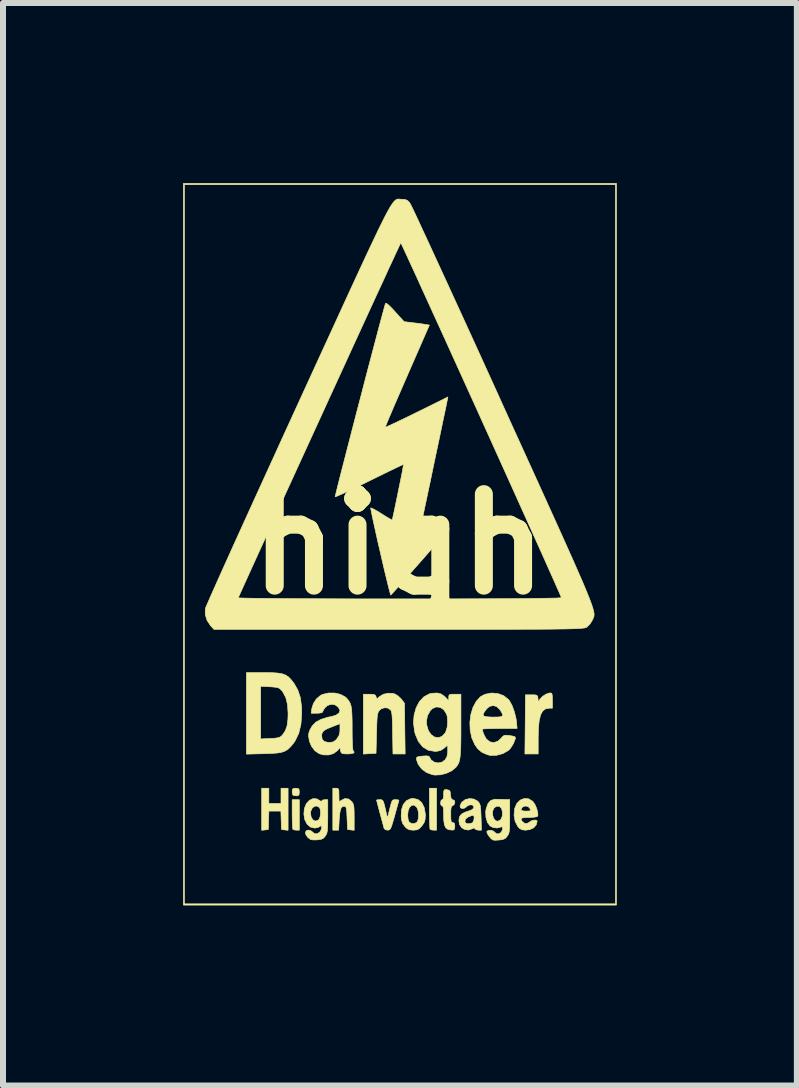
<source format=kicad_pcb>
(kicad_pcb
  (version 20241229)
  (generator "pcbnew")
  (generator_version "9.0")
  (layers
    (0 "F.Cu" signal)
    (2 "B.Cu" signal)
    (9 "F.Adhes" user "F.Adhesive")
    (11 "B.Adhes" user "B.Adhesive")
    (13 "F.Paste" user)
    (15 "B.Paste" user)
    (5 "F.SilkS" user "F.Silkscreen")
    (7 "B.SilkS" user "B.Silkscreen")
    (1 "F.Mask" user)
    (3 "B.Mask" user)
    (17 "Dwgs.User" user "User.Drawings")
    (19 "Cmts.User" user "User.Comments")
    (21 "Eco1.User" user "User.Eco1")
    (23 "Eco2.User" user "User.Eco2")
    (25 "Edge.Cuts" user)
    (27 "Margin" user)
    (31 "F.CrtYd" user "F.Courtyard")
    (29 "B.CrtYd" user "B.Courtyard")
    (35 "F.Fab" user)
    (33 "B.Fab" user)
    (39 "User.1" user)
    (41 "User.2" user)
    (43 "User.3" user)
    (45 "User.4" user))
  (footprint "high"
    (layer "F.Cu")
    (at 3.595 6.016)
    (property "Reference" "high" (at 0 0 0) (layer "F.SilkS") (effects (font (size 1.524 1.524) (thickness 0.3))))
    (attr through_hole)
    (fp_poly (pts (xy -1.659 4.763) (xy -1.707 4.763) (xy -1.746 4.758) (xy -1.767 4.748) (xy -1.771 4.723) (xy -1.775 4.664) (xy -1.777 4.581) (xy -1.778 4.494) (xy -1.778 4.255) (xy -1.659 4.255) (xy -1.659 4.763)) (stroke (width 0.01) (type solid)) (fill yes) (layer "F.SilkS"))
    (fp_poly (pts (xy 0.627 4.763) (xy 0.579 4.763) (xy 0.54 4.758) (xy 0.519 4.748) (xy 0.515 4.723) (xy 0.512 4.664) (xy 0.51 4.577) (xy 0.508 4.47) (xy 0.508 4.399) (xy 0.508 4.064) (xy 0.627 4.064) (xy 0.627 4.763)) (stroke (width 0.01) (type solid)) (fill yes) (layer "F.SilkS"))
    (fp_poly (pts (xy 3.624 6.011) (xy -3.59 6.011) (xy -3.59 -5.99) (xy -3.573 -5.99) (xy -3.573 5.99) (xy 3.607 5.99) (xy 3.607 -5.99) (xy -3.573 -5.99) (xy -3.59 -5.99) (xy -3.59 -6.011) (xy 3.624 -6.011) (xy 3.624 6.011)) (stroke (width 0.01) (type solid)) (fill yes) (layer "F.SilkS"))
    (fp_poly (pts (xy -1.679 4.068) (xy -1.663 4.085) (xy -1.659 4.128) (xy -1.664 4.173) (xy -1.683 4.189) (xy -1.707 4.191) (xy -1.746 4.186) (xy -1.767 4.177) (xy -1.776 4.147) (xy -1.778 4.113) (xy -1.773 4.08) (xy -1.752 4.066) (xy -1.719 4.064) (xy -1.679 4.068)) (stroke (width 0.01) (type solid)) (fill yes) (layer "F.SilkS"))
    (fp_poly (pts (xy -2.167 4.318) (xy -1.964 4.318) (xy -1.964 4.064) (xy -1.846 4.064) (xy -1.846 4.765) (xy -1.901 4.759) (xy -1.956 4.752) (xy -1.961 4.598) (xy -1.966 4.445) (xy -2.166 4.445) (xy -2.171 4.598) (xy -2.176 4.752) (xy -2.231 4.759) (xy -2.286 4.765) (xy -2.286 4.064) (xy -2.167 4.064) (xy -2.167 4.318)) (stroke (width 0.01) (type solid)) (fill yes) (layer "F.SilkS"))
    (fp_poly (pts (xy 2.542 2.481) (xy 2.552 2.501) (xy 2.556 2.546) (xy 2.557 2.603) (xy 2.557 2.731) (xy 2.506 2.731) (xy 2.443 2.742) (xy 2.395 2.778) (xy 2.36 2.842) (xy 2.337 2.938) (xy 2.324 3.068) (xy 2.32 3.228) (xy 2.32 3.493) (xy 2.099 3.493) (xy 2.104 3) (xy 2.108 2.508) (xy 2.21 2.508) (xy 2.266 2.509) (xy 2.297 2.516) (xy 2.311 2.532) (xy 2.316 2.563) (xy 2.317 2.569) (xy 2.322 2.629) (xy 2.349 2.582) (xy 2.389 2.537) (xy 2.447 2.499) (xy 2.506 2.478) (xy 2.523 2.477) (xy 2.542 2.481)) (stroke (width 0.01) (type solid)) (fill yes) (layer "F.SilkS"))
    (fp_poly (pts (xy -1.021 4.066) (xy -1.006 4.079) (xy -1 4.112) (xy -0.999 4.178) (xy -0.999 4.182) (xy -0.998 4.248) (xy -0.995 4.28) (xy -0.984 4.284) (xy -0.963 4.268) (xy -0.961 4.266) (xy -0.9 4.236) (xy -0.837 4.244) (xy -0.787 4.285) (xy -0.768 4.312) (xy -0.756 4.342) (xy -0.749 4.384) (xy -0.746 4.448) (xy -0.745 4.545) (xy -0.745 4.551) (xy -0.745 4.765) (xy -0.8 4.759) (xy -0.855 4.752) (xy -0.864 4.561) (xy -0.868 4.47) (xy -0.874 4.413) (xy -0.882 4.382) (xy -0.895 4.368) (xy -0.907 4.365) (xy -0.941 4.369) (xy -0.966 4.4) (xy -0.982 4.462) (xy -0.993 4.56) (xy -0.995 4.592) (xy -1.004 4.763) (xy -1.101 4.763) (xy -1.101 4.064) (xy -1.05 4.064) (xy -1.021 4.066)) (stroke (width 0.01) (type solid)) (fill yes) (layer "F.SilkS"))
    (fp_poly (pts (xy -0.019 4.257) (xy -0.000343 4.263) (xy 0 4.264) (xy -0.005 4.286) (xy -0.02 4.34) (xy -0.042 4.418) (xy -0.068 4.512) (xy -0.069 4.518) (xy -0.099 4.62) (xy -0.12 4.689) (xy -0.137 4.731) (xy -0.153 4.753) (xy -0.17 4.761) (xy -0.189 4.763) (xy -0.227 4.754) (xy -0.246 4.736) (xy -0.256 4.7) (xy -0.273 4.637) (xy -0.294 4.559) (xy -0.317 4.474) (xy -0.339 4.392) (xy -0.357 4.322) (xy -0.369 4.276) (xy -0.373 4.261) (xy -0.358 4.257) (xy -0.322 4.255) (xy -0.317 4.255) (xy -0.289 4.256) (xy -0.27 4.268) (xy -0.255 4.297) (xy -0.239 4.353) (xy -0.226 4.408) (xy -0.191 4.561) (xy -0.153 4.408) (xy -0.133 4.33) (xy -0.118 4.284) (xy -0.102 4.262) (xy -0.079 4.255) (xy -0.058 4.255) (xy -0.019 4.257)) (stroke (width 0.01) (type solid)) (fill yes) (layer "F.SilkS"))
    (fp_poly (pts (xy 0.317 4.252) (xy 0.38 4.304) (xy 0.421 4.386) (xy 0.44 4.494) (xy 0.44 4.52) (xy 0.436 4.589) (xy 0.419 4.639) (xy 0.383 4.691) (xy 0.342 4.735) (xy 0.304 4.756) (xy 0.253 4.762) (xy 0.239 4.763) (xy 0.179 4.757) (xy 0.136 4.737) (xy 0.1 4.703) (xy 0.064 4.654) (xy 0.045 4.597) (xy 0.038 4.537) (xy 0.039 4.512) (xy 0.146 4.512) (xy 0.153 4.583) (xy 0.169 4.625) (xy 0.206 4.651) (xy 0.254 4.654) (xy 0.296 4.634) (xy 0.307 4.622) (xy 0.325 4.566) (xy 0.328 4.493) (xy 0.316 4.422) (xy 0.298 4.383) (xy 0.255 4.345) (xy 0.212 4.349) (xy 0.177 4.383) (xy 0.154 4.439) (xy 0.146 4.512) (xy 0.039 4.512) (xy 0.043 4.425) (xy 0.073 4.334) (xy 0.127 4.27) (xy 0.2 4.237) (xy 0.237 4.233) (xy 0.317 4.252)) (stroke (width 0.01) (type solid)) (fill yes) (layer "F.SilkS"))
    (fp_poly (pts (xy -0.098 2.485) (xy -0.064 2.496) (xy -0.013 2.528) (xy 0.037 2.575) (xy 0.044 2.584) (xy 0.093 2.649) (xy 0.098 3.071) (xy 0.104 3.493) (xy -0.099 3.493) (xy -0.105 3.144) (xy -0.107 3.011) (xy -0.11 2.914) (xy -0.115 2.847) (xy -0.121 2.802) (xy -0.13 2.774) (xy -0.139 2.759) (xy -0.186 2.728) (xy -0.244 2.724) (xy -0.3 2.745) (xy -0.326 2.769) (xy -0.341 2.79) (xy -0.351 2.815) (xy -0.359 2.852) (xy -0.364 2.909) (xy -0.368 2.991) (xy -0.371 3.106) (xy -0.373 3.149) (xy -0.381 3.482) (xy -0.487 3.488) (xy -0.593 3.495) (xy -0.593 2.498) (xy -0.492 2.498) (xy -0.434 2.5) (xy -0.402 2.508) (xy -0.386 2.526) (xy -0.381 2.54) (xy -0.372 2.566) (xy -0.359 2.568) (xy -0.332 2.546) (xy -0.322 2.537) (xy -0.259 2.499) (xy -0.179 2.481) (xy -0.098 2.485)) (stroke (width 0.01) (type solid)) (fill yes) (layer "F.SilkS"))
    (fp_poly (pts (xy 0.8 4.089) (xy 0.837 4.098) (xy 0.854 4.121) (xy 0.86 4.173) (xy 0.86 4.175) (xy 0.868 4.229) (xy 0.884 4.252) (xy 0.898 4.255) (xy 0.925 4.269) (xy 0.932 4.302) (xy 0.92 4.337) (xy 0.897 4.354) (xy 0.879 4.366) (xy 0.869 4.392) (xy 0.864 4.442) (xy 0.864 4.5) (xy 0.865 4.574) (xy 0.87 4.615) (xy 0.881 4.632) (xy 0.897 4.636) (xy 0.922 4.645) (xy 0.931 4.683) (xy 0.931 4.699) (xy 0.927 4.744) (xy 0.908 4.76) (xy 0.885 4.761) (xy 0.84 4.756) (xy 0.813 4.748) (xy 0.779 4.721) (xy 0.758 4.674) (xy 0.747 4.598) (xy 0.745 4.515) (xy 0.744 4.433) (xy 0.739 4.385) (xy 0.729 4.363) (xy 0.72 4.36) (xy 0.699 4.342) (xy 0.694 4.307) (xy 0.703 4.265) (xy 0.72 4.255) (xy 0.737 4.241) (xy 0.745 4.195) (xy 0.745 4.168) (xy 0.747 4.114) (xy 0.757 4.091) (xy 0.782 4.087) (xy 0.8 4.089)) (stroke (width 0.01) (type solid)) (fill yes) (layer "F.SilkS"))
    (fp_poly (pts (xy -2.123 2.139) (xy -2.025 2.145) (xy -1.949 2.157) (xy -1.89 2.178) (xy -1.841 2.209) (xy -1.797 2.254) (xy -1.751 2.313) (xy -1.745 2.321) (xy -1.683 2.431) (xy -1.642 2.555) (xy -1.622 2.702) (xy -1.619 2.815) (xy -1.632 2.996) (xy -1.668 3.149) (xy -1.73 3.277) (xy -1.758 3.317) (xy -1.804 3.372) (xy -1.847 3.414) (xy -1.893 3.443) (xy -1.949 3.464) (xy -2.021 3.477) (xy -2.114 3.484) (xy -2.234 3.489) (xy -2.248 3.489) (xy -2.54 3.496) (xy -2.54 3.243) (xy -2.303 3.243) (xy -2.143 3.235) (xy -2.066 3.231) (xy -2.015 3.223) (xy -1.98 3.211) (xy -1.954 3.192) (xy -1.938 3.175) (xy -1.892 3.107) (xy -1.863 3.024) (xy -1.849 2.918) (xy -1.846 2.821) (xy -1.855 2.674) (xy -1.883 2.558) (xy -1.931 2.465) (xy -1.955 2.434) (xy -1.981 2.408) (xy -2.011 2.391) (xy -2.054 2.382) (xy -2.118 2.376) (xy -2.152 2.374) (xy -2.303 2.366) (xy -2.303 3.243) (xy -2.54 3.243) (xy -2.54 2.138) (xy -2.249 2.138) (xy -2.123 2.139)) (stroke (width 0.01) (type solid)) (fill yes) (layer "F.SilkS"))
    (fp_poly (pts (xy 1.25 4.245) (xy 1.313 4.28) (xy 1.328 4.297) (xy 1.345 4.323) (xy 1.356 4.36) (xy 1.363 4.416) (xy 1.367 4.5) (xy 1.369 4.551) (xy 1.375 4.763) (xy 1.324 4.763) (xy 1.286 4.755) (xy 1.266 4.738) (xy 1.253 4.725) (xy 1.224 4.738) (xy 1.156 4.761) (xy 1.087 4.748) (xy 1.044 4.719) (xy 1.008 4.666) (xy 1.002 4.619) (xy 1.1 4.619) (xy 1.112 4.643) (xy 1.141 4.655) (xy 1.184 4.654) (xy 1.222 4.641) (xy 1.233 4.631) (xy 1.249 4.591) (xy 1.253 4.557) (xy 1.249 4.523) (xy 1.229 4.516) (xy 1.207 4.522) (xy 1.143 4.549) (xy 1.106 4.582) (xy 1.1 4.619) (xy 1.002 4.619) (xy 0.999 4.603) (xy 1.008 4.543) (xy 1.039 4.498) (xy 1.097 4.465) (xy 1.149 4.448) (xy 1.215 4.423) (xy 1.246 4.395) (xy 1.246 4.362) (xy 1.218 4.342) (xy 1.178 4.342) (xy 1.138 4.361) (xy 1.128 4.371) (xy 1.092 4.396) (xy 1.06 4.403) (xy 1.025 4.391) (xy 1.018 4.359) (xy 1.038 4.313) (xy 1.049 4.297) (xy 1.106 4.253) (xy 1.178 4.236) (xy 1.25 4.245)) (stroke (width 0.01) (type solid)) (fill yes) (layer "F.SilkS"))
    (fp_poly (pts (xy 2.159 4.24) (xy 2.226 4.28) (xy 2.234 4.288) (xy 2.267 4.337) (xy 2.295 4.401) (xy 2.312 4.466) (xy 2.315 4.517) (xy 2.311 4.53) (xy 2.291 4.54) (xy 2.245 4.547) (xy 2.183 4.551) (xy 2.166 4.551) (xy 2.093 4.553) (xy 2.05 4.561) (xy 2.035 4.577) (xy 2.044 4.603) (xy 2.059 4.623) (xy 2.103 4.654) (xy 2.153 4.644) (xy 2.177 4.626) (xy 2.211 4.605) (xy 2.251 4.595) (xy 2.286 4.596) (xy 2.303 4.61) (xy 2.303 4.613) (xy 2.287 4.675) (xy 2.244 4.724) (xy 2.178 4.754) (xy 2.108 4.763) (xy 2.05 4.756) (xy 2.009 4.733) (xy 1.981 4.702) (xy 1.936 4.617) (xy 1.918 4.514) (xy 1.927 4.417) (xy 2.034 4.417) (xy 2.043 4.435) (xy 2.081 4.444) (xy 2.117 4.445) (xy 2.167 4.444) (xy 2.189 4.437) (xy 2.191 4.421) (xy 2.184 4.403) (xy 2.154 4.371) (xy 2.109 4.36) (xy 2.066 4.373) (xy 2.052 4.386) (xy 2.034 4.417) (xy 1.927 4.417) (xy 1.928 4.402) (xy 1.929 4.4) (xy 1.964 4.318) (xy 2.02 4.262) (xy 2.088 4.235) (xy 2.159 4.24)) (stroke (width 0.01) (type solid)) (fill yes) (layer "F.SilkS"))
    (fp_poly (pts (xy 1.691 4.25) (xy 1.76 4.251) (xy 1.774 4.252) (xy 1.846 4.253) (xy 1.846 4.528) (xy 1.845 4.641) (xy 1.844 4.721) (xy 1.839 4.775) (xy 1.832 4.811) (xy 1.82 4.839) (xy 1.806 4.86) (xy 1.777 4.895) (xy 1.742 4.914) (xy 1.688 4.925) (xy 1.663 4.927) (xy 1.604 4.931) (xy 1.566 4.926) (xy 1.538 4.907) (xy 1.507 4.871) (xy 1.477 4.827) (xy 1.464 4.792) (xy 1.465 4.784) (xy 1.49 4.766) (xy 1.532 4.764) (xy 1.572 4.777) (xy 1.592 4.794) (xy 1.629 4.824) (xy 1.672 4.822) (xy 1.708 4.794) (xy 1.727 4.745) (xy 1.727 4.735) (xy 1.721 4.706) (xy 1.698 4.711) (xy 1.637 4.727) (xy 1.569 4.719) (xy 1.518 4.692) (xy 1.475 4.634) (xy 1.45 4.551) (xy 1.448 4.509) (xy 1.56 4.509) (xy 1.578 4.566) (xy 1.611 4.605) (xy 1.643 4.614) (xy 1.68 4.6) (xy 1.701 4.581) (xy 1.723 4.526) (xy 1.724 4.456) (xy 1.71 4.401) (xy 1.679 4.368) (xy 1.635 4.363) (xy 1.593 4.385) (xy 1.584 4.394) (xy 1.561 4.447) (xy 1.56 4.509) (xy 1.448 4.509) (xy 1.445 4.458) (xy 1.453 4.406) (xy 1.484 4.319) (xy 1.53 4.268) (xy 1.595 4.248) (xy 1.623 4.248) (xy 1.691 4.25)) (stroke (width 0.01) (type solid)) (fill yes) (layer "F.SilkS"))
    (fp_poly (pts (xy -1.369 4.241) (xy -1.325 4.266) (xy -1.297 4.283) (xy -1.287 4.277) (xy -1.272 4.261) (xy -1.237 4.255) (xy -1.236 4.255) (xy -1.185 4.255) (xy -1.185 4.528) (xy -1.186 4.642) (xy -1.188 4.721) (xy -1.192 4.775) (xy -1.2 4.812) (xy -1.212 4.839) (xy -1.225 4.86) (xy -1.256 4.896) (xy -1.295 4.915) (xy -1.355 4.924) (xy -1.356 4.924) (xy -1.412 4.926) (xy -1.457 4.922) (xy -1.473 4.918) (xy -1.52 4.882) (xy -1.551 4.834) (xy -1.558 4.802) (xy -1.544 4.773) (xy -1.512 4.762) (xy -1.473 4.768) (xy -1.441 4.792) (xy -1.439 4.794) (xy -1.402 4.823) (xy -1.357 4.821) (xy -1.317 4.794) (xy -1.291 4.747) (xy -1.287 4.716) (xy -1.291 4.687) (xy -1.307 4.694) (xy -1.312 4.699) (xy -1.345 4.717) (xy -1.394 4.727) (xy -1.405 4.728) (xy -1.474 4.711) (xy -1.53 4.662) (xy -1.568 4.588) (xy -1.583 4.496) (xy -1.582 4.482) (xy -1.473 4.482) (xy -1.461 4.548) (xy -1.43 4.593) (xy -1.389 4.611) (xy -1.346 4.597) (xy -1.33 4.581) (xy -1.311 4.534) (xy -1.305 4.47) (xy -1.312 4.411) (xy -1.324 4.386) (xy -1.365 4.36) (xy -1.409 4.366) (xy -1.448 4.4) (xy -1.47 4.453) (xy -1.473 4.482) (xy -1.582 4.482) (xy -1.575 4.403) (xy -1.543 4.323) (xy -1.493 4.267) (xy -1.432 4.238) (xy -1.369 4.241)) (stroke (width 0.01) (type solid)) (fill yes) (layer "F.SilkS"))
    (fp_poly (pts (xy 1.649 2.487) (xy 1.746 2.523) (xy 1.824 2.586) (xy 1.841 2.606) (xy 1.885 2.686) (xy 1.923 2.79) (xy 1.951 2.903) (xy 1.959 2.963) (xy 1.969 3.069) (xy 1.679 3.069) (xy 1.584 3.07) (xy 1.502 3.072) (xy 1.439 3.074) (xy 1.399 3.077) (xy 1.389 3.08) (xy 1.394 3.106) (xy 1.409 3.153) (xy 1.412 3.162) (xy 1.454 3.242) (xy 1.512 3.29) (xy 1.578 3.304) (xy 1.646 3.283) (xy 1.697 3.238) (xy 1.728 3.202) (xy 1.755 3.184) (xy 1.791 3.181) (xy 1.848 3.188) (xy 1.903 3.197) (xy 1.932 3.207) (xy 1.941 3.224) (xy 1.937 3.247) (xy 1.906 3.324) (xy 1.859 3.398) (xy 1.825 3.434) (xy 1.735 3.486) (xy 1.63 3.515) (xy 1.525 3.518) (xy 1.471 3.505) (xy 1.38 3.464) (xy 1.312 3.406) (xy 1.265 3.339) (xy 1.214 3.225) (xy 1.187 3.098) (xy 1.182 2.966) (xy 1.198 2.838) (xy 1.403 2.838) (xy 1.415 2.861) (xy 1.455 2.873) (xy 1.525 2.878) (xy 1.566 2.879) (xy 1.642 2.878) (xy 1.691 2.874) (xy 1.717 2.866) (xy 1.726 2.852) (xy 1.727 2.845) (xy 1.716 2.81) (xy 1.688 2.763) (xy 1.678 2.75) (xy 1.628 2.703) (xy 1.573 2.688) (xy 1.566 2.688) (xy 1.51 2.701) (xy 1.46 2.743) (xy 1.455 2.75) (xy 1.418 2.802) (xy 1.403 2.838) (xy 1.198 2.838) (xy 1.198 2.837) (xy 1.234 2.718) (xy 1.288 2.617) (xy 1.358 2.54) (xy 1.431 2.5) (xy 1.541 2.478) (xy 1.649 2.487)) (stroke (width 0.01) (type solid)) (fill yes) (layer "F.SilkS"))
    (fp_poly (pts (xy -1.071 2.478) (xy -0.976 2.5) (xy -0.897 2.541) (xy -0.866 2.569) (xy -0.836 2.607) (xy -0.813 2.647) (xy -0.797 2.695) (xy -0.787 2.759) (xy -0.782 2.846) (xy -0.779 2.963) (xy -0.779 3.077) (xy -0.778 3.21) (xy -0.775 3.316) (xy -0.771 3.393) (xy -0.765 3.434) (xy -0.762 3.44) (xy -0.744 3.463) (xy -0.758 3.48) (xy -0.803 3.49) (xy -0.853 3.493) (xy -0.912 3.491) (xy -0.946 3.485) (xy -0.963 3.47) (xy -0.972 3.442) (xy -0.972 3.441) (xy -0.982 3.389) (xy -1.025 3.438) (xy -1.089 3.486) (xy -1.171 3.51) (xy -1.261 3.508) (xy -1.329 3.488) (xy -1.399 3.44) (xy -1.455 3.367) (xy -1.492 3.279) (xy -1.504 3.198) (xy -1.287 3.198) (xy -1.277 3.252) (xy -1.243 3.286) (xy -1.183 3.3) (xy -1.154 3.301) (xy -1.098 3.294) (xy -1.055 3.266) (xy -1.032 3.24) (xy -0.998 3.187) (xy -0.984 3.13) (xy -0.982 3.084) (xy -0.982 2.989) (xy -1.111 3.039) (xy -1.19 3.071) (xy -1.241 3.099) (xy -1.271 3.127) (xy -1.284 3.161) (xy -1.287 3.198) (xy -1.504 3.198) (xy -1.505 3.189) (xy -1.501 3.146) (xy -1.483 3.095) (xy -1.451 3.037) (xy -1.439 3.02) (xy -1.383 2.963) (xy -1.299 2.917) (xy -1.186 2.882) (xy -1.113 2.867) (xy -1.046 2.846) (xy -1 2.814) (xy -0.982 2.774) (xy -0.982 2.771) (xy -0.993 2.743) (xy -1.016 2.709) (xy -1.066 2.674) (xy -1.128 2.666) (xy -1.19 2.686) (xy -1.228 2.719) (xy -1.257 2.76) (xy -1.27 2.791) (xy -1.27 2.793) (xy -1.286 2.806) (xy -1.327 2.813) (xy -1.365 2.815) (xy -1.461 2.815) (xy -1.451 2.738) (xy -1.424 2.653) (xy -1.374 2.576) (xy -1.307 2.519) (xy -1.271 2.501) (xy -1.173 2.478) (xy -1.071 2.478)) (stroke (width 0.01) (type solid)) (fill yes) (layer "F.SilkS"))
    (fp_poly (pts (xy 0.702 2.494) (xy 0.757 2.532) (xy 0.778 2.552) (xy 0.83 2.607) (xy 0.83 2.552) (xy 0.832 2.522) (xy 0.843 2.506) (xy 0.871 2.499) (xy 0.925 2.498) (xy 0.931 2.498) (xy 1.033 2.498) (xy 1.033 3.017) (xy 1.033 3.194) (xy 1.031 3.335) (xy 1.027 3.444) (xy 1.021 3.527) (xy 1.012 3.589) (xy 0.999 3.636) (xy 0.981 3.673) (xy 0.958 3.705) (xy 0.946 3.719) (xy 0.88 3.773) (xy 0.792 3.815) (xy 0.696 3.84) (xy 0.601 3.845) (xy 0.559 3.839) (xy 0.46 3.802) (xy 0.38 3.743) (xy 0.322 3.668) (xy 0.296 3.596) (xy 0.292 3.566) (xy 0.299 3.548) (xy 0.323 3.538) (xy 0.373 3.531) (xy 0.392 3.529) (xy 0.459 3.525) (xy 0.498 3.531) (xy 0.506 3.539) (xy 0.538 3.595) (xy 0.59 3.63) (xy 0.653 3.643) (xy 0.716 3.631) (xy 0.769 3.592) (xy 0.771 3.589) (xy 0.8 3.539) (xy 0.812 3.475) (xy 0.813 3.441) (xy 0.813 3.346) (xy 0.751 3.398) (xy 0.696 3.434) (xy 0.633 3.449) (xy 0.598 3.45) (xy 0.49 3.432) (xy 0.399 3.377) (xy 0.326 3.288) (xy 0.273 3.165) (xy 0.261 3.117) (xy 0.243 2.979) (xy 0.245 2.947) (xy 0.459 2.947) (xy 0.464 3.014) (xy 0.491 3.105) (xy 0.536 3.171) (xy 0.593 3.211) (xy 0.655 3.222) (xy 0.715 3.202) (xy 0.767 3.149) (xy 0.78 3.125) (xy 0.804 3.048) (xy 0.812 2.956) (xy 0.805 2.869) (xy 0.794 2.83) (xy 0.748 2.757) (xy 0.688 2.717) (xy 0.621 2.71) (xy 0.557 2.738) (xy 0.524 2.77) (xy 0.476 2.854) (xy 0.459 2.947) (xy 0.245 2.947) (xy 0.253 2.845) (xy 0.287 2.724) (xy 0.342 2.62) (xy 0.417 2.541) (xy 0.507 2.492) (xy 0.557 2.482) (xy 0.639 2.478) (xy 0.702 2.494)) (stroke (width 0.01) (type solid)) (fill yes) (layer "F.SilkS"))
    (fp_poly (pts (xy -0.206 -4.012) (xy -0.167 -3.981) (xy -0.11 -3.924) (xy -0.063 -3.873) (xy 0.086 -3.708) (xy 0.216 -3.692) (xy 0.293 -3.683) (xy 0.369 -3.673) (xy 0.428 -3.664) (xy 0.428 -3.664) (xy 0.508 -3.651) (xy 0.138 -2.805) (xy 0.062 -2.631) (xy -0.008 -2.469) (xy -0.072 -2.323) (xy -0.126 -2.195) (xy -0.171 -2.09) (xy -0.203 -2.012) (xy -0.223 -1.964) (xy -0.227 -1.95) (xy -0.21 -1.955) (xy -0.163 -1.976) (xy -0.087 -2.011) (xy 0.015 -2.06) (xy 0.143 -2.121) (xy 0.295 -2.196) (xy 0.469 -2.281) (xy 0.664 -2.378) (xy 0.675 -2.383) (xy 0.816 -2.454) (xy 0.805 -2.396) (xy 0.798 -2.362) (xy 0.784 -2.292) (xy 0.763 -2.192) (xy 0.736 -2.067) (xy 0.706 -1.921) (xy 0.672 -1.758) (xy 0.635 -1.585) (xy 0.597 -1.405) (xy 0.559 -1.223) (xy 0.522 -1.045) (xy 0.486 -0.875) (xy 0.453 -0.718) (xy 0.423 -0.578) (xy 0.399 -0.461) (xy 0.38 -0.371) (xy 0.367 -0.313) (xy 0.363 -0.293) (xy 0.363 -0.275) (xy 0.374 -0.261) (xy 0.403 -0.25) (xy 0.452 -0.24) (xy 0.526 -0.231) (xy 0.629 -0.221) (xy 0.631 -0.22) (xy 0.697 -0.213) (xy 0.747 -0.204) (xy 0.773 -0.195) (xy 0.775 -0.192) (xy 0.762 -0.174) (xy 0.727 -0.132) (xy 0.674 -0.07) (xy 0.606 0.009) (xy 0.527 0.1) (xy 0.44 0.2) (xy 0.348 0.305) (xy 0.255 0.41) (xy 0.165 0.512) (xy 0.081 0.608) (xy 0.005 0.692) (xy -0.057 0.762) (xy -0.104 0.813) (xy -0.131 0.842) (xy -0.137 0.846) (xy -0.143 0.827) (xy -0.158 0.771) (xy -0.18 0.684) (xy -0.208 0.57) (xy -0.241 0.433) (xy -0.277 0.279) (xy -0.312 0.126) (xy -0.351 -0.041) (xy -0.385 -0.195) (xy -0.415 -0.331) (xy -0.44 -0.445) (xy -0.457 -0.532) (xy -0.468 -0.587) (xy -0.469 -0.606) (xy -0.452 -0.601) (xy -0.41 -0.58) (xy -0.351 -0.547) (xy -0.288 -0.507) (xy -0.22 -0.464) (xy -0.164 -0.431) (xy -0.126 -0.41) (xy -0.112 -0.405) (xy -0.106 -0.428) (xy -0.093 -0.485) (xy -0.075 -0.568) (xy -0.054 -0.67) (xy -0.03 -0.784) (xy -0.006 -0.903) (xy 0.018 -1.02) (xy 0.04 -1.128) (xy 0.058 -1.219) (xy 0.07 -1.287) (xy 0.077 -1.324) (xy 0.077 -1.329) (xy 0.061 -1.323) (xy 0.016 -1.303) (xy -0.052 -1.271) (xy -0.141 -1.228) (xy -0.248 -1.176) (xy -0.368 -1.117) (xy -0.49 -1.057) (xy -0.62 -0.993) (xy -0.74 -0.935) (xy -0.846 -0.885) (xy -0.935 -0.843) (xy -1.003 -0.813) (xy -1.046 -0.795) (xy -1.062 -0.791) (xy -1.058 -0.812) (xy -1.044 -0.869) (xy -1.022 -0.96) (xy -0.992 -1.079) (xy -0.955 -1.224) (xy -0.912 -1.391) (xy -0.865 -1.575) (xy -0.813 -1.775) (xy -0.759 -1.985) (xy -0.703 -2.202) (xy -0.645 -2.422) (xy -0.588 -2.642) (xy -0.532 -2.858) (xy -0.477 -3.067) (xy -0.425 -3.264) (xy -0.377 -3.445) (xy -0.334 -3.609) (xy -0.296 -3.749) (xy -0.265 -3.864) (xy -0.242 -3.949) (xy -0.227 -4) (xy -0.223 -4.014) (xy -0.206 -4.012)) (stroke (width 0.01) (type solid)) (fill yes) (layer "F.SilkS"))
    (fp_poly (pts (xy 0.003 -5.75) (xy 0.02 -5.748) (xy 0.039 -5.747) (xy 0.046 -5.747) (xy 0.103 -5.743) (xy 0.142 -5.727) (xy 0.176 -5.693) (xy 0.183 -5.683) (xy 0.197 -5.658) (xy 0.226 -5.599) (xy 0.27 -5.506) (xy 0.328 -5.382) (xy 0.399 -5.228) (xy 0.483 -5.048) (xy 0.578 -4.841) (xy 0.684 -4.611) (xy 0.8 -4.359) (xy 0.924 -4.088) (xy 1.057 -3.798) (xy 1.197 -3.492) (xy 1.343 -3.172) (xy 1.494 -2.84) (xy 1.65 -2.497) (xy 1.741 -2.295) (xy 1.93 -1.879) (xy 2.103 -1.499) (xy 2.261 -1.152) (xy 2.404 -0.837) (xy 2.533 -0.552) (xy 2.649 -0.296) (xy 2.752 -0.067) (xy 2.843 0.136) (xy 2.923 0.316) (xy 2.992 0.473) (xy 3.052 0.61) (xy 3.102 0.728) (xy 3.143 0.828) (xy 3.177 0.913) (xy 3.203 0.983) (xy 3.223 1.041) (xy 3.237 1.089) (xy 3.246 1.127) (xy 3.251 1.157) (xy 3.251 1.181) (xy 3.249 1.201) (xy 3.243 1.219) (xy 3.236 1.235) (xy 3.228 1.251) (xy 3.22 1.269) (xy 3.183 1.329) (xy 3.135 1.377) (xy 3.132 1.379) (xy 3.123 1.384) (xy 3.113 1.389) (xy 3.099 1.393) (xy 3.079 1.396) (xy 3.052 1.399) (xy 3.017 1.402) (xy 2.973 1.405) (xy 2.917 1.407) (xy 2.848 1.409) (xy 2.766 1.411) (xy 2.667 1.412) (xy 2.552 1.414) (xy 2.417 1.415) (xy 2.263 1.416) (xy 2.087 1.416) (xy 1.888 1.417) (xy 1.665 1.417) (xy 1.415 1.418) (xy 1.138 1.418) (xy 0.833 1.418) (xy 0.496 1.418) (xy 0.128 1.418) (xy -0.003 1.418) (xy -3.081 1.418) (xy -3.14 1.354) (xy -3.196 1.268) (xy -3.226 1.171) (xy -3.225 1.074) (xy -3.216 1.049) (xy -3.19 0.989) (xy -3.149 0.896) (xy -3.148 0.892) (xy -2.675 0.892) (xy -2.659 0.894) (xy -2.61 0.896) (xy -2.53 0.898) (xy -2.422 0.9) (xy -2.285 0.901) (xy -2.123 0.903) (xy -1.937 0.905) (xy -1.728 0.906) (xy -1.497 0.907) (xy -1.247 0.908) (xy -0.98 0.909) (xy -0.695 0.91) (xy -0.396 0.91) (xy -0.084 0.91) (xy 0.018 0.91) (xy 0.398 0.91) (xy 0.75 0.91) (xy 1.076 0.909) (xy 1.373 0.908) (xy 1.643 0.907) (xy 1.883 0.906) (xy 2.094 0.904) (xy 2.275 0.902) (xy 2.425 0.9) (xy 2.544 0.898) (xy 2.631 0.896) (xy 2.685 0.893) (xy 2.706 0.89) (xy 2.707 0.89) (xy 2.696 0.864) (xy 2.671 0.805) (xy 2.63 0.714) (xy 2.577 0.593) (xy 2.511 0.446) (xy 2.435 0.275) (xy 2.348 0.081) (xy 2.252 -0.132) (xy 2.148 -0.363) (xy 2.037 -0.609) (xy 1.921 -0.867) (xy 1.8 -1.135) (xy 1.675 -1.412) (xy 1.548 -1.693) (xy 1.419 -1.978) (xy 1.29 -2.264) (xy 1.161 -2.548) (xy 1.034 -2.828) (xy 0.91 -3.101) (xy 0.79 -3.366) (xy 0.675 -3.619) (xy 0.565 -3.859) (xy 0.463 -4.083) (xy 0.369 -4.289) (xy 0.285 -4.475) (xy 0.21 -4.637) (xy 0.147 -4.774) (xy 0.097 -4.883) (xy 0.06 -4.962) (xy 0.038 -5.008) (xy 0.031 -5.021) (xy 0.021 -5) (xy -0.005 -4.945) (xy -0.046 -4.858) (xy -0.099 -4.742) (xy -0.166 -4.599) (xy -0.243 -4.43) (xy -0.331 -4.24) (xy -0.428 -4.029) (xy -0.533 -3.801) (xy -0.645 -3.557) (xy -0.763 -3.3) (xy -0.885 -3.033) (xy -1.011 -2.758) (xy -1.14 -2.477) (xy -1.27 -2.192) (xy -1.401 -1.906) (xy -1.531 -1.622) (xy -1.66 -1.341) (xy -1.785 -1.067) (xy -1.907 -0.801) (xy -2.023 -0.545) (xy -2.134 -0.303) (xy -2.237 -0.076) (xy -2.332 0.132) (xy -2.418 0.321) (xy -2.493 0.486) (xy -2.557 0.627) (xy -2.608 0.74) (xy -2.646 0.824) (xy -2.669 0.875) (xy -2.675 0.892) (xy -3.148 0.892) (xy -3.094 0.771) (xy -3.026 0.618) (xy -2.945 0.437) (xy -2.852 0.231) (xy -2.748 0.001) (xy -2.634 -0.25) (xy -2.511 -0.521) (xy -2.379 -0.811) (xy -2.24 -1.116) (xy -2.094 -1.435) (xy -1.943 -1.767) (xy -1.786 -2.11) (xy -1.688 -2.324) (xy -1.497 -2.741) (xy -1.322 -3.123) (xy -1.162 -3.471) (xy -1.017 -3.787) (xy -0.886 -4.073) (xy -0.768 -4.329) (xy -0.662 -4.558) (xy -0.568 -4.761) (xy -0.484 -4.94) (xy -0.41 -5.096) (xy -0.346 -5.231) (xy -0.289 -5.346) (xy -0.241 -5.443) (xy -0.199 -5.523) (xy -0.163 -5.588) (xy -0.132 -5.64) (xy -0.105 -5.679) (xy -0.083 -5.708) (xy -0.063 -5.728) (xy -0.045 -5.741) (xy -0.029 -5.748) (xy -0.013 -5.75) (xy 0.003 -5.75)) (stroke (width 0.01) (type solid)) (fill yes) (layer "F.SilkS")))
  (gr_rect
    (start -3 -3)
    (end 10.224 15.033)
    (stroke (width 0.1) (type default))
    (fill no)
    (layer "Edge.Cuts")))
</source>
